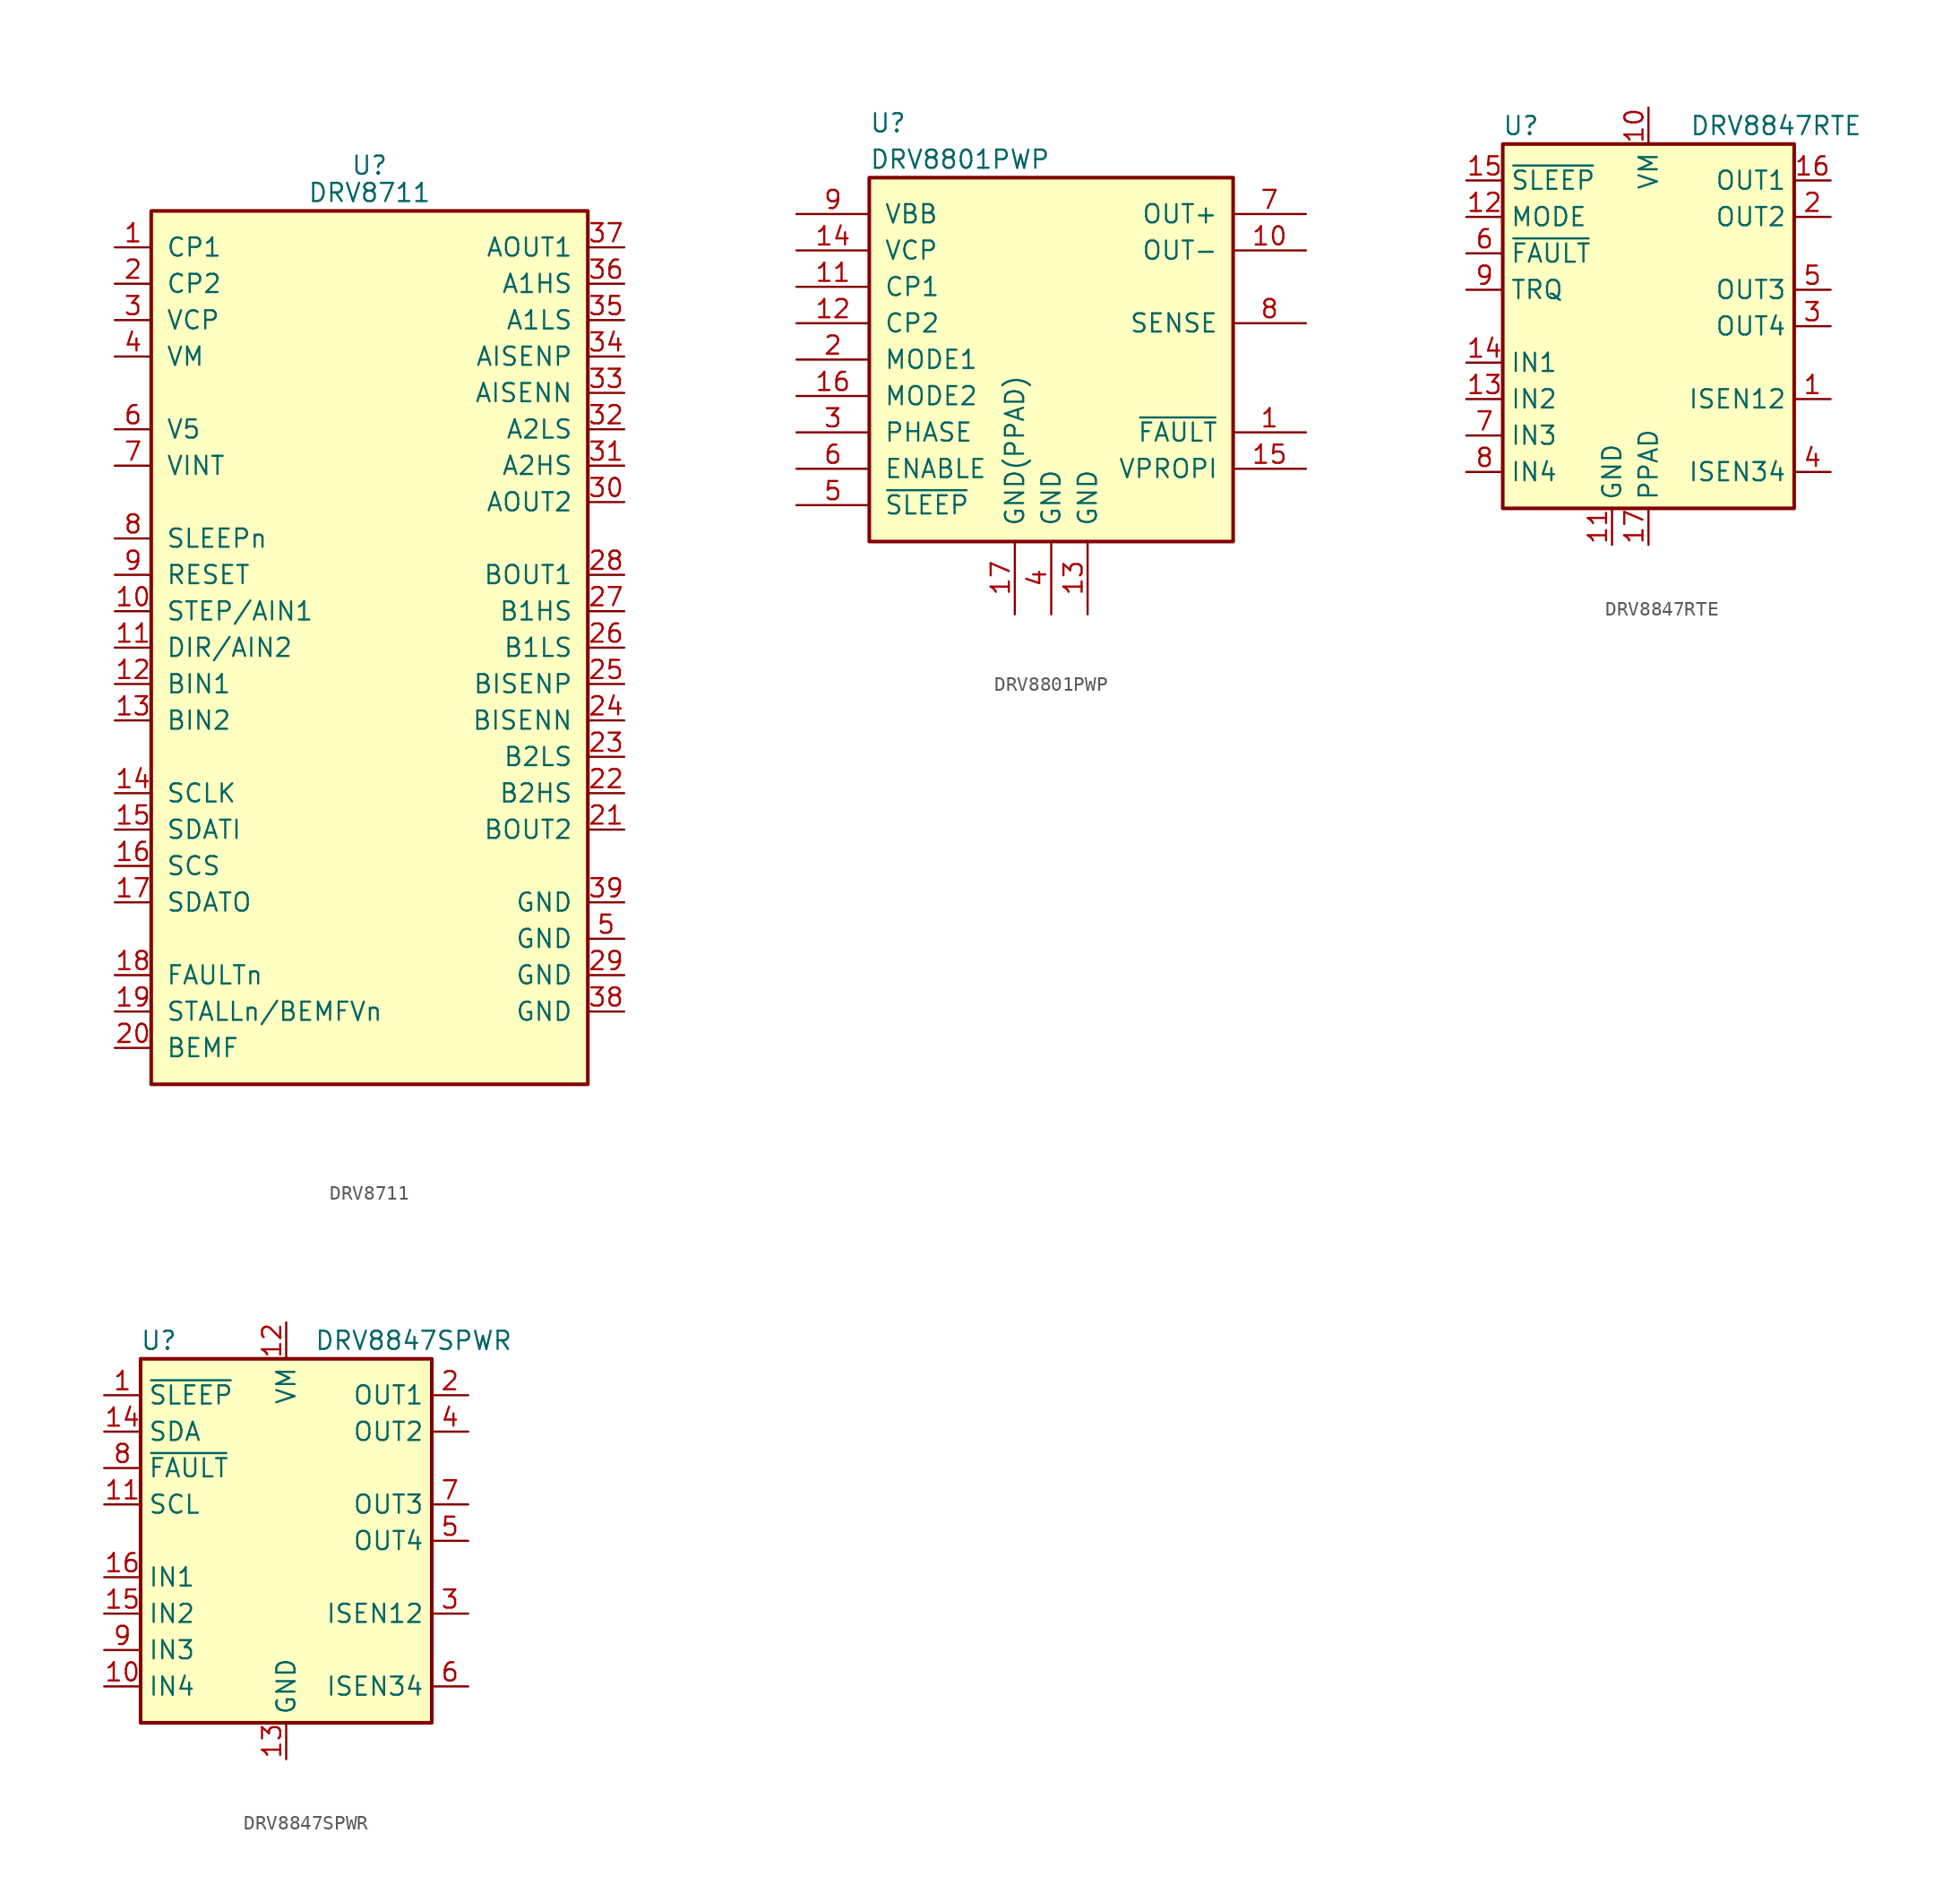
<source format=kicad_sym>
(kicad_symbol_lib
  (version 20211014)
  (generator kicad_symbol_editor)
  (symbol "DRV8711"
    (pin_names
      (offset 1.016))
    (property "Reference" "U"
      (at 0 33.655 0)
      (effects (font (size 1.27 1.27))))
    (property "Value" "DRV8711"
      (at 0 31.75 0)
      (effects (font (size 1.27 1.27))))
    (symbol "DRV8711_0_1"
      (rectangle (start -15.24 30.48) (end 15.24 -30.48) (stroke (width 0.254) (type default) (color 0 0 0 0)) (fill (type background))))
    (symbol "DRV8711_1_1"
      (pin bidirectional line (at -17.78 27.94 0) (length 2.54) (name "CP1" (effects (font (size 1.27 1.27)))) (number "1" (effects (font (size 1.27 1.27)))))
      (pin input line (at -17.78 2.54 0) (length 2.54) (name "STEP/AIN1" (effects (font (size 1.27 1.27)))) (number "10" (effects (font (size 1.27 1.27)))))
      (pin input line (at -17.78 0 0) (length 2.54) (name "DIR/AIN2" (effects (font (size 1.27 1.27)))) (number "11" (effects (font (size 1.27 1.27)))))
      (pin input line (at -17.78 -2.54 0) (length 2.54) (name "BIN1" (effects (font (size 1.27 1.27)))) (number "12" (effects (font (size 1.27 1.27)))))
      (pin input line (at -17.78 -5.08 0) (length 2.54) (name "BIN2" (effects (font (size 1.27 1.27)))) (number "13" (effects (font (size 1.27 1.27)))))
      (pin input line (at -17.78 -10.16 0) (length 2.54) (name "SCLK" (effects (font (size 1.27 1.27)))) (number "14" (effects (font (size 1.27 1.27)))))
      (pin input line (at -17.78 -12.7 0) (length 2.54) (name "SDATI" (effects (font (size 1.27 1.27)))) (number "15" (effects (font (size 1.27 1.27)))))
      (pin input line (at -17.78 -15.24 0) (length 2.54) (name "SCS" (effects (font (size 1.27 1.27)))) (number "16" (effects (font (size 1.27 1.27)))))
      (pin output line (at -17.78 -17.78 0) (length 2.54) (name "SDATO" (effects (font (size 1.27 1.27)))) (number "17" (effects (font (size 1.27 1.27)))))
      (pin output line (at -17.78 -22.86 0) (length 2.54) (name "FAULTn" (effects (font (size 1.27 1.27)))) (number "18" (effects (font (size 1.27 1.27)))))
      (pin output line (at -17.78 -25.4 0) (length 2.54) (name "STALLn/BEMFVn" (effects (font (size 1.27 1.27)))) (number "19" (effects (font (size 1.27 1.27)))))
      (pin bidirectional line (at -17.78 25.4 0) (length 2.54) (name "CP2" (effects (font (size 1.27 1.27)))) (number "2" (effects (font (size 1.27 1.27)))))
      (pin output line (at -17.78 -27.94 0) (length 2.54) (name "BEMF" (effects (font (size 1.27 1.27)))) (number "20" (effects (font (size 1.27 1.27)))))
      (pin output line (at 17.78 -12.7 180) (length 2.54) (name "BOUT2" (effects (font (size 1.27 1.27)))) (number "21" (effects (font (size 1.27 1.27)))))
      (pin output line (at 17.78 -10.16 180) (length 2.54) (name "B2HS" (effects (font (size 1.27 1.27)))) (number "22" (effects (font (size 1.27 1.27)))))
      (pin output line (at 17.78 -7.62 180) (length 2.54) (name "B2LS" (effects (font (size 1.27 1.27)))) (number "23" (effects (font (size 1.27 1.27)))))
      (pin input line (at 17.78 -5.08 180) (length 2.54) (name "BISENN" (effects (font (size 1.27 1.27)))) (number "24" (effects (font (size 1.27 1.27)))))
      (pin input line (at 17.78 -2.54 180) (length 2.54) (name "BISENP" (effects (font (size 1.27 1.27)))) (number "25" (effects (font (size 1.27 1.27)))))
      (pin output line (at 17.78 0 180) (length 2.54) (name "B1LS" (effects (font (size 1.27 1.27)))) (number "26" (effects (font (size 1.27 1.27)))))
      (pin output line (at 17.78 2.54 180) (length 2.54) (name "B1HS" (effects (font (size 1.27 1.27)))) (number "27" (effects (font (size 1.27 1.27)))))
      (pin output line (at 17.78 5.08 180) (length 2.54) (name "BOUT1" (effects (font (size 1.27 1.27)))) (number "28" (effects (font (size 1.27 1.27)))))
      (pin power_in line (at 17.78 -22.86 180) (length 2.54) (name "GND" (effects (font (size 1.27 1.27)))) (number "29" (effects (font (size 1.27 1.27)))))
      (pin bidirectional line (at -17.78 22.86 0) (length 2.54) (name "VCP" (effects (font (size 1.27 1.27)))) (number "3" (effects (font (size 1.27 1.27)))))
      (pin output line (at 17.78 10.16 180) (length 2.54) (name "AOUT2" (effects (font (size 1.27 1.27)))) (number "30" (effects (font (size 1.27 1.27)))))
      (pin output line (at 17.78 12.7 180) (length 2.54) (name "A2HS" (effects (font (size 1.27 1.27)))) (number "31" (effects (font (size 1.27 1.27)))))
      (pin output line (at 17.78 15.24 180) (length 2.54) (name "A2LS" (effects (font (size 1.27 1.27)))) (number "32" (effects (font (size 1.27 1.27)))))
      (pin input line (at 17.78 17.78 180) (length 2.54) (name "AISENN" (effects (font (size 1.27 1.27)))) (number "33" (effects (font (size 1.27 1.27)))))
      (pin input line (at 17.78 20.32 180) (length 2.54) (name "AISENP" (effects (font (size 1.27 1.27)))) (number "34" (effects (font (size 1.27 1.27)))))
      (pin output line (at 17.78 22.86 180) (length 2.54) (name "A1LS" (effects (font (size 1.27 1.27)))) (number "35" (effects (font (size 1.27 1.27)))))
      (pin output line (at 17.78 25.4 180) (length 2.54) (name "A1HS" (effects (font (size 1.27 1.27)))) (number "36" (effects (font (size 1.27 1.27)))))
      (pin output line (at 17.78 27.94 180) (length 2.54) (name "AOUT1" (effects (font (size 1.27 1.27)))) (number "37" (effects (font (size 1.27 1.27)))))
      (pin power_in line (at 17.78 -25.4 180) (length 2.54) (name "GND" (effects (font (size 1.27 1.27)))) (number "38" (effects (font (size 1.27 1.27)))))
      (pin power_in line (at 17.78 -17.78 180) (length 2.54) (name "GND" (effects (font (size 1.27 1.27)))) (number "39" (effects (font (size 1.27 1.27)))))
      (pin power_in line (at -17.78 20.32 0) (length 2.54) (name "VM" (effects (font (size 1.27 1.27)))) (number "4" (effects (font (size 1.27 1.27)))))
      (pin power_in line (at 17.78 -20.32 180) (length 2.54) (name "GND" (effects (font (size 1.27 1.27)))) (number "5" (effects (font (size 1.27 1.27)))))
      (pin power_out line (at -17.78 15.24 0) (length 2.54) (name "V5" (effects (font (size 1.27 1.27)))) (number "6" (effects (font (size 1.27 1.27)))))
      (pin power_in line (at -17.78 12.7 0) (length 2.54) (name "VINT" (effects (font (size 1.27 1.27)))) (number "7" (effects (font (size 1.27 1.27)))))
      (pin input line (at -17.78 7.62 0) (length 2.54) (name "SLEEPn" (effects (font (size 1.27 1.27)))) (number "8" (effects (font (size 1.27 1.27)))))
      (pin input line (at -17.78 5.08 0) (length 2.54) (name "RESET" (effects (font (size 1.27 1.27)))) (number "9" (effects (font (size 1.27 1.27)))))))
  (symbol "DRV8801PWP"
    (pin_names
      (offset 1.016))
    (property "Reference" "U"
      (at -12.7 16.51 0)
      (effects (font (size 1.27 1.27)) (justify left)))
    (property "Value" "DRV8801PWP"
      (at -12.7 13.97 0)
      (effects (font (size 1.27 1.27)) (justify left)))
    (symbol "DRV8801PWP_0_1"
      (rectangle (start -12.7 12.7) (end 12.7 -12.7) (stroke (width 0.254) (type default) (color 0 0 0 0)) (fill (type background))))
    (symbol "DRV8801PWP_1_1"
      (pin open_collector line (at 17.78 -5.08 180) (length 5.08) (name "~{FAULT}" (effects (font (size 1.27 1.27)))) (number "1" (effects (font (size 1.27 1.27)))))
      (pin power_out line (at 17.78 7.62 180) (length 5.08) (name "OUT-" (effects (font (size 1.27 1.27)))) (number "10" (effects (font (size 1.27 1.27)))))
      (pin power_in line (at -17.78 5.08 0) (length 5.08) (name "CP1" (effects (font (size 1.27 1.27)))) (number "11" (effects (font (size 1.27 1.27)))))
      (pin power_in line (at -17.78 2.54 0) (length 5.08) (name "CP2" (effects (font (size 1.27 1.27)))) (number "12" (effects (font (size 1.27 1.27)))))
      (pin power_in line (at 2.54 -17.78 90) (length 5.08) (name "GND" (effects (font (size 1.27 1.27)))) (number "13" (effects (font (size 1.27 1.27)))))
      (pin power_in line (at -17.78 7.62 0) (length 5.08) (name "VCP" (effects (font (size 1.27 1.27)))) (number "14" (effects (font (size 1.27 1.27)))))
      (pin output line (at 17.78 -7.62 180) (length 5.08) (name "VPROPI" (effects (font (size 1.27 1.27)))) (number "15" (effects (font (size 1.27 1.27)))))
      (pin input line (at -17.78 -2.54 0) (length 5.08) (name "MODE2" (effects (font (size 1.27 1.27)))) (number "16" (effects (font (size 1.27 1.27)))))
      (pin power_in line (at -2.54 -17.78 90) (length 5.08) (name "GND(PPAD)" (effects (font (size 1.27 1.27)))) (number "17" (effects (font (size 1.27 1.27)))))
      (pin input line (at -17.78 0 0) (length 5.08) (name "MODE1" (effects (font (size 1.27 1.27)))) (number "2" (effects (font (size 1.27 1.27)))))
      (pin input line (at -17.78 -5.08 0) (length 5.08) (name "PHASE" (effects (font (size 1.27 1.27)))) (number "3" (effects (font (size 1.27 1.27)))))
      (pin power_in line (at 0 -17.78 90) (length 5.08) (name "GND" (effects (font (size 1.27 1.27)))) (number "4" (effects (font (size 1.27 1.27)))))
      (pin input line (at -17.78 -10.16 0) (length 5.08) (name "~{SLEEP}" (effects (font (size 1.27 1.27)))) (number "5" (effects (font (size 1.27 1.27)))))
      (pin input line (at -17.78 -7.62 0) (length 5.08) (name "ENABLE" (effects (font (size 1.27 1.27)))) (number "6" (effects (font (size 1.27 1.27)))))
      (pin power_out line (at 17.78 10.16 180) (length 5.08) (name "OUT+" (effects (font (size 1.27 1.27)))) (number "7" (effects (font (size 1.27 1.27)))))
      (pin power_out line (at 17.78 2.54 180) (length 5.08) (name "SENSE" (effects (font (size 1.27 1.27)))) (number "8" (effects (font (size 1.27 1.27)))))
      (pin power_in line (at -17.78 10.16 0) (length 5.08) (name "VBB" (effects (font (size 1.27 1.27)))) (number "9" (effects (font (size 1.27 1.27)))))))
  (symbol "DRV8847RTE"
    (property "Reference" "U"
      (at -8.89 13.97 0)
      (effects (font (size 1.27 1.27))))
    (property "Value" "DRV8847RTE"
      (at 8.89 13.97 0)
      (effects (font (size 1.27 1.27))))
    (symbol "DRV8847RTE_0_1"
      (rectangle (start -10.16 -12.7) (end 10.16 12.7) (stroke (width 0.254) (type default) (color 0 0 0 0)) (fill (type background))))
    (symbol "DRV8847RTE_1_1"
      (pin passive line (at 12.7 -5.08 180) (length 2.54) (name "ISEN12" (effects (font (size 1.27 1.27)))) (number "1" (effects (font (size 1.27 1.27)))))
      (pin power_in line (at 0 15.24 270) (length 2.54) (name "VM" (effects (font (size 1.27 1.27)))) (number "10" (effects (font (size 1.27 1.27)))))
      (pin power_in line (at -2.54 -15.24 90) (length 2.54) (name "GND" (effects (font (size 1.27 1.27)))) (number "11" (effects (font (size 1.27 1.27)))))
      (pin input line (at -12.7 7.62 0) (length 2.54) (name "MODE" (effects (font (size 1.27 1.27)))) (number "12" (effects (font (size 1.27 1.27)))))
      (pin input line (at -12.7 -5.08 0) (length 2.54) (name "IN2" (effects (font (size 1.27 1.27)))) (number "13" (effects (font (size 1.27 1.27)))))
      (pin input line (at -12.7 -2.54 0) (length 2.54) (name "IN1" (effects (font (size 1.27 1.27)))) (number "14" (effects (font (size 1.27 1.27)))))
      (pin input line (at -12.7 10.16 0) (length 2.54) (name "~{SLEEP}" (effects (font (size 1.27 1.27)))) (number "15" (effects (font (size 1.27 1.27)))))
      (pin output line (at 12.7 10.16 180) (length 2.54) (name "OUT1" (effects (font (size 1.27 1.27)))) (number "16" (effects (font (size 1.27 1.27)))))
      (pin power_in line (at 0 -15.24 90) (length 2.54) (name "PPAD" (effects (font (size 1.27 1.27)))) (number "17" (effects (font (size 1.27 1.27)))))
      (pin output line (at 12.7 7.62 180) (length 2.54) (name "OUT2" (effects (font (size 1.27 1.27)))) (number "2" (effects (font (size 1.27 1.27)))))
      (pin output line (at 12.7 0 180) (length 2.54) (name "OUT4" (effects (font (size 1.27 1.27)))) (number "3" (effects (font (size 1.27 1.27)))))
      (pin passive line (at 12.7 -10.16 180) (length 2.54) (name "ISEN34" (effects (font (size 1.27 1.27)))) (number "4" (effects (font (size 1.27 1.27)))))
      (pin output line (at 12.7 2.54 180) (length 2.54) (name "OUT3" (effects (font (size 1.27 1.27)))) (number "5" (effects (font (size 1.27 1.27)))))
      (pin open_collector line (at -12.7 5.08 0) (length 2.54) (name "~{FAULT}" (effects (font (size 1.27 1.27)))) (number "6" (effects (font (size 1.27 1.27)))))
      (pin input line (at -12.7 -7.62 0) (length 2.54) (name "IN3" (effects (font (size 1.27 1.27)))) (number "7" (effects (font (size 1.27 1.27)))))
      (pin input line (at -12.7 -10.16 0) (length 2.54) (name "IN4" (effects (font (size 1.27 1.27)))) (number "8" (effects (font (size 1.27 1.27)))))
      (pin input line (at -12.7 2.54 0) (length 2.54) (name "TRQ" (effects (font (size 1.27 1.27)))) (number "9" (effects (font (size 1.27 1.27)))))))
  (symbol "DRV8847SPWR"
    (property "Reference" "U"
      (at -8.89 13.97 0)
      (effects (font (size 1.27 1.27))))
    (property "Value" "DRV8847SPWR"
      (at 8.89 13.97 0)
      (effects (font (size 1.27 1.27))))
    (symbol "DRV8847SPWR_0_1"
      (rectangle (start -10.16 -12.7) (end 10.16 12.7) (stroke (width 0.254) (type default) (color 0 0 0 0)) (fill (type background))))
    (symbol "DRV8847SPWR_1_1"
      (pin input line (at -12.7 10.16 0) (length 2.54) (name "~{SLEEP}" (effects (font (size 1.27 1.27)))) (number "1" (effects (font (size 1.27 1.27)))))
      (pin input line (at -12.7 -10.16 0) (length 2.54) (name "IN4" (effects (font (size 1.27 1.27)))) (number "10" (effects (font (size 1.27 1.27)))))
      (pin input line (at -12.7 2.54 0) (length 2.54) (name "SCL" (effects (font (size 1.27 1.27)))) (number "11" (effects (font (size 1.27 1.27)))))
      (pin power_in line (at 0 15.24 270) (length 2.54) (name "VM" (effects (font (size 1.27 1.27)))) (number "12" (effects (font (size 1.27 1.27)))))
      (pin power_in line (at 0 -15.24 90) (length 2.54) (name "GND" (effects (font (size 1.27 1.27)))) (number "13" (effects (font (size 1.27 1.27)))))
      (pin bidirectional line (at -12.7 7.62 0) (length 2.54) (name "SDA" (effects (font (size 1.27 1.27)))) (number "14" (effects (font (size 1.27 1.27)))))
      (pin input line (at -12.7 -5.08 0) (length 2.54) (name "IN2" (effects (font (size 1.27 1.27)))) (number "15" (effects (font (size 1.27 1.27)))))
      (pin input line (at -12.7 -2.54 0) (length 2.54) (name "IN1" (effects (font (size 1.27 1.27)))) (number "16" (effects (font (size 1.27 1.27)))))
      (pin output line (at 12.7 10.16 180) (length 2.54) (name "OUT1" (effects (font (size 1.27 1.27)))) (number "2" (effects (font (size 1.27 1.27)))))
      (pin passive line (at 12.7 -5.08 180) (length 2.54) (name "ISEN12" (effects (font (size 1.27 1.27)))) (number "3" (effects (font (size 1.27 1.27)))))
      (pin output line (at 12.7 7.62 180) (length 2.54) (name "OUT2" (effects (font (size 1.27 1.27)))) (number "4" (effects (font (size 1.27 1.27)))))
      (pin output line (at 12.7 0 180) (length 2.54) (name "OUT4" (effects (font (size 1.27 1.27)))) (number "5" (effects (font (size 1.27 1.27)))))
      (pin passive line (at 12.7 -10.16 180) (length 2.54) (name "ISEN34" (effects (font (size 1.27 1.27)))) (number "6" (effects (font (size 1.27 1.27)))))
      (pin output line (at 12.7 2.54 180) (length 2.54) (name "OUT3" (effects (font (size 1.27 1.27)))) (number "7" (effects (font (size 1.27 1.27)))))
      (pin open_collector line (at -12.7 5.08 0) (length 2.54) (name "~{FAULT}" (effects (font (size 1.27 1.27)))) (number "8" (effects (font (size 1.27 1.27)))))
      (pin input line (at -12.7 -7.62 0) (length 2.54) (name "IN3" (effects (font (size 1.27 1.27)))) (number "9" (effects (font (size 1.27 1.27))))))))
</source>
